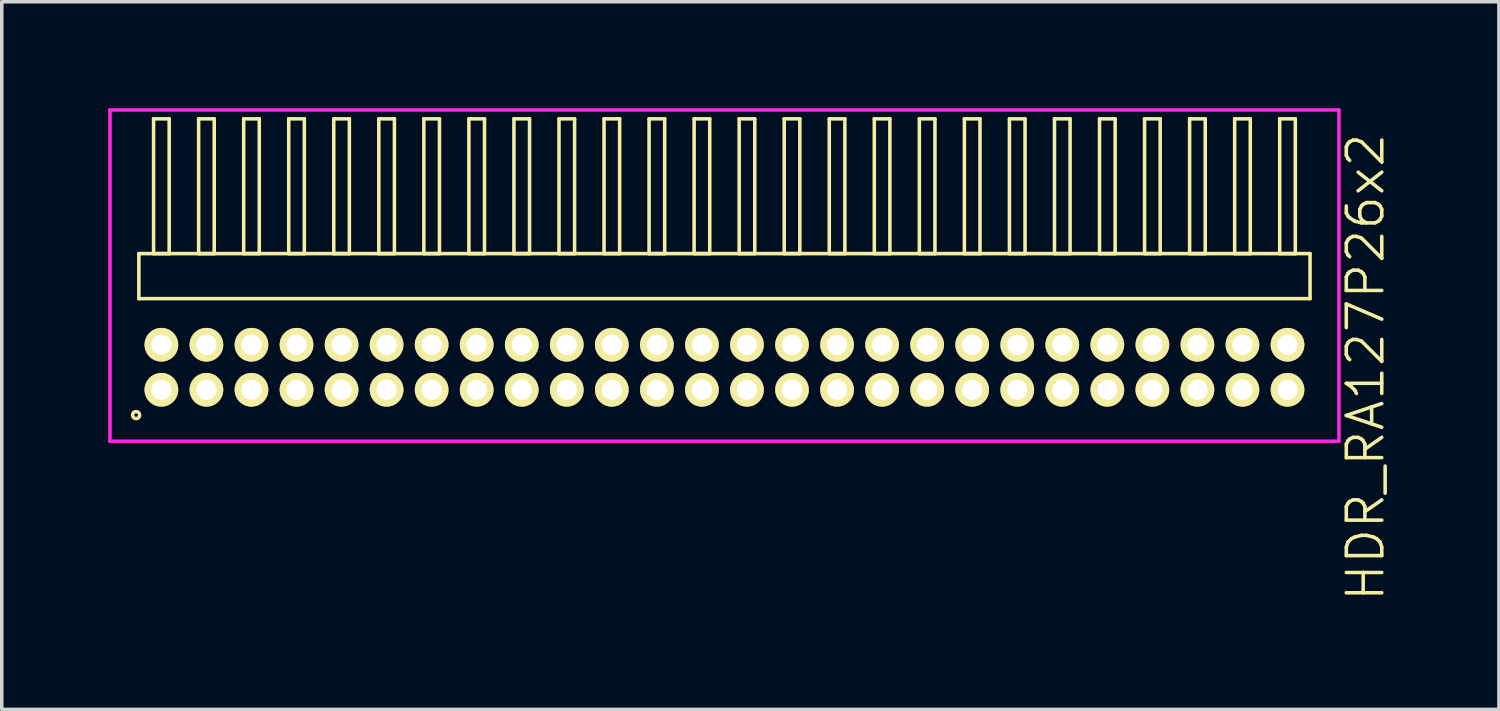
<source format=kicad_pcb>
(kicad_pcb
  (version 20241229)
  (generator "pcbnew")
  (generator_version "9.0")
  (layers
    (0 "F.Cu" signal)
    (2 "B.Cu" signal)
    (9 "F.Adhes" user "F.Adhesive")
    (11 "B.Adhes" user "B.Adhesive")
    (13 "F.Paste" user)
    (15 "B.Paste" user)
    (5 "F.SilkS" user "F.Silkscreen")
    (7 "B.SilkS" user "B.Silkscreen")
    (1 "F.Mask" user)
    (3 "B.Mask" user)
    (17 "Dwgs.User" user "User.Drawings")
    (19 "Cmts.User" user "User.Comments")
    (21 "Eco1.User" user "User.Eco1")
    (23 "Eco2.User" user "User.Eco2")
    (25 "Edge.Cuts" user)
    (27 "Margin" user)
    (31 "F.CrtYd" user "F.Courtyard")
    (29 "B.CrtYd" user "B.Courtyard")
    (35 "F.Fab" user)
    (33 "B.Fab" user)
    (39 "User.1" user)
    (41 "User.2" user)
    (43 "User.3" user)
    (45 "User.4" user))
  (footprint "HDR_RA127P26x2"
    (layer "F.Cu")
    (at 17.375 7.305)
    (property "Reference" "HDR_RA127P26x2" (at 18.075 0 90) (layer "F.SilkS") (effects (font (size 1 1) (thickness 0.1))))
    (attr through_hole)
    (fp_line (start -16.51 -3.205) (end -16.51 -1.935) (stroke (width 0.1) (type solid)) (layer "F.SilkS"))
    (fp_line (start -16.51 -1.935) (end 16.51 -1.935) (stroke (width 0.1) (type solid)) (layer "F.SilkS"))
    (fp_line (start -16.095 -7.005) (end -16.095 -3.205) (stroke (width 0.1) (type solid)) (layer "F.SilkS"))
    (fp_line (start -16.095 -3.205) (end -15.655 -3.205) (stroke (width 0.1) (type solid)) (layer "F.SilkS"))
    (fp_line (start -15.655 -7.005) (end -16.095 -7.005) (stroke (width 0.1) (type solid)) (layer "F.SilkS"))
    (fp_line (start -15.655 -3.205) (end -15.655 -7.005) (stroke (width 0.1) (type solid)) (layer "F.SilkS"))
    (fp_line (start -14.825 -7.005) (end -14.825 -3.205) (stroke (width 0.1) (type solid)) (layer "F.SilkS"))
    (fp_line (start -14.825 -3.205) (end -14.385 -3.205) (stroke (width 0.1) (type solid)) (layer "F.SilkS"))
    (fp_line (start -14.385 -7.005) (end -14.825 -7.005) (stroke (width 0.1) (type solid)) (layer "F.SilkS"))
    (fp_line (start -14.385 -3.205) (end -14.385 -7.005) (stroke (width 0.1) (type solid)) (layer "F.SilkS"))
    (fp_line (start -13.555 -7.005) (end -13.555 -3.205) (stroke (width 0.1) (type solid)) (layer "F.SilkS"))
    (fp_line (start -13.555 -3.205) (end -13.115 -3.205) (stroke (width 0.1) (type solid)) (layer "F.SilkS"))
    (fp_line (start -13.115 -7.005) (end -13.555 -7.005) (stroke (width 0.1) (type solid)) (layer "F.SilkS"))
    (fp_line (start -13.115 -3.205) (end -13.115 -7.005) (stroke (width 0.1) (type solid)) (layer "F.SilkS"))
    (fp_line (start -12.285 -7.005) (end -12.285 -3.205) (stroke (width 0.1) (type solid)) (layer "F.SilkS"))
    (fp_line (start -12.285 -3.205) (end -11.845 -3.205) (stroke (width 0.1) (type solid)) (layer "F.SilkS"))
    (fp_line (start -11.845 -7.005) (end -12.285 -7.005) (stroke (width 0.1) (type solid)) (layer "F.SilkS"))
    (fp_line (start -11.845 -3.205) (end -11.845 -7.005) (stroke (width 0.1) (type solid)) (layer "F.SilkS"))
    (fp_line (start -11.015 -7.005) (end -11.015 -3.205) (stroke (width 0.1) (type solid)) (layer "F.SilkS"))
    (fp_line (start -11.015 -3.205) (end -10.575 -3.205) (stroke (width 0.1) (type solid)) (layer "F.SilkS"))
    (fp_line (start -10.575 -7.005) (end -11.015 -7.005) (stroke (width 0.1) (type solid)) (layer "F.SilkS"))
    (fp_line (start -10.575 -3.205) (end -10.575 -7.005) (stroke (width 0.1) (type solid)) (layer "F.SilkS"))
    (fp_line (start -9.745 -7.005) (end -9.745 -3.205) (stroke (width 0.1) (type solid)) (layer "F.SilkS"))
    (fp_line (start -9.745 -3.205) (end -9.305 -3.205) (stroke (width 0.1) (type solid)) (layer "F.SilkS"))
    (fp_line (start -9.305 -7.005) (end -9.745 -7.005) (stroke (width 0.1) (type solid)) (layer "F.SilkS"))
    (fp_line (start -9.305 -3.205) (end -9.305 -7.005) (stroke (width 0.1) (type solid)) (layer "F.SilkS"))
    (fp_line (start -8.475 -7.005) (end -8.475 -3.205) (stroke (width 0.1) (type solid)) (layer "F.SilkS"))
    (fp_line (start -8.475 -3.205) (end -8.035 -3.205) (stroke (width 0.1) (type solid)) (layer "F.SilkS"))
    (fp_line (start -8.035 -7.005) (end -8.475 -7.005) (stroke (width 0.1) (type solid)) (layer "F.SilkS"))
    (fp_line (start -8.035 -3.205) (end -8.035 -7.005) (stroke (width 0.1) (type solid)) (layer "F.SilkS"))
    (fp_line (start -7.205 -7.005) (end -7.205 -3.205) (stroke (width 0.1) (type solid)) (layer "F.SilkS"))
    (fp_line (start -7.205 -3.205) (end -6.765 -3.205) (stroke (width 0.1) (type solid)) (layer "F.SilkS"))
    (fp_line (start -6.765 -7.005) (end -7.205 -7.005) (stroke (width 0.1) (type solid)) (layer "F.SilkS"))
    (fp_line (start -6.765 -3.205) (end -6.765 -7.005) (stroke (width 0.1) (type solid)) (layer "F.SilkS"))
    (fp_line (start -5.935 -7.005) (end -5.935 -3.205) (stroke (width 0.1) (type solid)) (layer "F.SilkS"))
    (fp_line (start -5.935 -3.205) (end -5.495 -3.205) (stroke (width 0.1) (type solid)) (layer "F.SilkS"))
    (fp_line (start -5.495 -7.005) (end -5.935 -7.005) (stroke (width 0.1) (type solid)) (layer "F.SilkS"))
    (fp_line (start -5.495 -3.205) (end -5.495 -7.005) (stroke (width 0.1) (type solid)) (layer "F.SilkS"))
    (fp_line (start -4.665 -7.005) (end -4.665 -3.205) (stroke (width 0.1) (type solid)) (layer "F.SilkS"))
    (fp_line (start -4.665 -3.205) (end -4.225 -3.205) (stroke (width 0.1) (type solid)) (layer "F.SilkS"))
    (fp_line (start -4.225 -7.005) (end -4.665 -7.005) (stroke (width 0.1) (type solid)) (layer "F.SilkS"))
    (fp_line (start -4.225 -3.205) (end -4.225 -7.005) (stroke (width 0.1) (type solid)) (layer "F.SilkS"))
    (fp_line (start -3.395 -7.005) (end -3.395 -3.205) (stroke (width 0.1) (type solid)) (layer "F.SilkS"))
    (fp_line (start -3.395 -3.205) (end -2.955 -3.205) (stroke (width 0.1) (type solid)) (layer "F.SilkS"))
    (fp_line (start -2.955 -7.005) (end -3.395 -7.005) (stroke (width 0.1) (type solid)) (layer "F.SilkS"))
    (fp_line (start -2.955 -3.205) (end -2.955 -7.005) (stroke (width 0.1) (type solid)) (layer "F.SilkS"))
    (fp_line (start -2.125 -7.005) (end -2.125 -3.205) (stroke (width 0.1) (type solid)) (layer "F.SilkS"))
    (fp_line (start -2.125 -3.205) (end -1.685 -3.205) (stroke (width 0.1) (type solid)) (layer "F.SilkS"))
    (fp_line (start -1.685 -7.005) (end -2.125 -7.005) (stroke (width 0.1) (type solid)) (layer "F.SilkS"))
    (fp_line (start -1.685 -3.205) (end -1.685 -7.005) (stroke (width 0.1) (type solid)) (layer "F.SilkS"))
    (fp_line (start -0.855 -7.005) (end -0.855 -3.205) (stroke (width 0.1) (type solid)) (layer "F.SilkS"))
    (fp_line (start -0.855 -3.205) (end -0.415 -3.205) (stroke (width 0.1) (type solid)) (layer "F.SilkS"))
    (fp_line (start -0.415 -7.005) (end -0.855 -7.005) (stroke (width 0.1) (type solid)) (layer "F.SilkS"))
    (fp_line (start -0.415 -3.205) (end -0.415 -7.005) (stroke (width 0.1) (type solid)) (layer "F.SilkS"))
    (fp_line (start 0.415 -7.005) (end 0.415 -3.205) (stroke (width 0.1) (type solid)) (layer "F.SilkS"))
    (fp_line (start 0.415 -3.205) (end 0.855 -3.205) (stroke (width 0.1) (type solid)) (layer "F.SilkS"))
    (fp_line (start 0.855 -7.005) (end 0.415 -7.005) (stroke (width 0.1) (type solid)) (layer "F.SilkS"))
    (fp_line (start 0.855 -3.205) (end 0.855 -7.005) (stroke (width 0.1) (type solid)) (layer "F.SilkS"))
    (fp_line (start 1.685 -7.005) (end 1.685 -3.205) (stroke (width 0.1) (type solid)) (layer "F.SilkS"))
    (fp_line (start 1.685 -3.205) (end 2.125 -3.205) (stroke (width 0.1) (type solid)) (layer "F.SilkS"))
    (fp_line (start 2.125 -7.005) (end 1.685 -7.005) (stroke (width 0.1) (type solid)) (layer "F.SilkS"))
    (fp_line (start 2.125 -3.205) (end 2.125 -7.005) (stroke (width 0.1) (type solid)) (layer "F.SilkS"))
    (fp_line (start 2.955 -7.005) (end 2.955 -3.205) (stroke (width 0.1) (type solid)) (layer "F.SilkS"))
    (fp_line (start 2.955 -3.205) (end 3.395 -3.205) (stroke (width 0.1) (type solid)) (layer "F.SilkS"))
    (fp_line (start 3.395 -7.005) (end 2.955 -7.005) (stroke (width 0.1) (type solid)) (layer "F.SilkS"))
    (fp_line (start 3.395 -3.205) (end 3.395 -7.005) (stroke (width 0.1) (type solid)) (layer "F.SilkS"))
    (fp_line (start 4.225 -7.005) (end 4.225 -3.205) (stroke (width 0.1) (type solid)) (layer "F.SilkS"))
    (fp_line (start 4.225 -3.205) (end 4.665 -3.205) (stroke (width 0.1) (type solid)) (layer "F.SilkS"))
    (fp_line (start 4.665 -7.005) (end 4.225 -7.005) (stroke (width 0.1) (type solid)) (layer "F.SilkS"))
    (fp_line (start 4.665 -3.205) (end 4.665 -7.005) (stroke (width 0.1) (type solid)) (layer "F.SilkS"))
    (fp_line (start 5.495 -7.005) (end 5.495 -3.205) (stroke (width 0.1) (type solid)) (layer "F.SilkS"))
    (fp_line (start 5.495 -3.205) (end 5.935 -3.205) (stroke (width 0.1) (type solid)) (layer "F.SilkS"))
    (fp_line (start 5.935 -7.005) (end 5.495 -7.005) (stroke (width 0.1) (type solid)) (layer "F.SilkS"))
    (fp_line (start 5.935 -3.205) (end 5.935 -7.005) (stroke (width 0.1) (type solid)) (layer "F.SilkS"))
    (fp_line (start 6.765 -7.005) (end 6.765 -3.205) (stroke (width 0.1) (type solid)) (layer "F.SilkS"))
    (fp_line (start 6.765 -3.205) (end 7.205 -3.205) (stroke (width 0.1) (type solid)) (layer "F.SilkS"))
    (fp_line (start 7.205 -7.005) (end 6.765 -7.005) (stroke (width 0.1) (type solid)) (layer "F.SilkS"))
    (fp_line (start 7.205 -3.205) (end 7.205 -7.005) (stroke (width 0.1) (type solid)) (layer "F.SilkS"))
    (fp_line (start 8.035 -7.005) (end 8.035 -3.205) (stroke (width 0.1) (type solid)) (layer "F.SilkS"))
    (fp_line (start 8.035 -3.205) (end 8.475 -3.205) (stroke (width 0.1) (type solid)) (layer "F.SilkS"))
    (fp_line (start 8.475 -7.005) (end 8.035 -7.005) (stroke (width 0.1) (type solid)) (layer "F.SilkS"))
    (fp_line (start 8.475 -3.205) (end 8.475 -7.005) (stroke (width 0.1) (type solid)) (layer "F.SilkS"))
    (fp_line (start 9.305 -7.005) (end 9.305 -3.205) (stroke (width 0.1) (type solid)) (layer "F.SilkS"))
    (fp_line (start 9.305 -3.205) (end 9.745 -3.205) (stroke (width 0.1) (type solid)) (layer "F.SilkS"))
    (fp_line (start 9.745 -7.005) (end 9.305 -7.005) (stroke (width 0.1) (type solid)) (layer "F.SilkS"))
    (fp_line (start 9.745 -3.205) (end 9.745 -7.005) (stroke (width 0.1) (type solid)) (layer "F.SilkS"))
    (fp_line (start 10.575 -7.005) (end 10.575 -3.205) (stroke (width 0.1) (type solid)) (layer "F.SilkS"))
    (fp_line (start 10.575 -3.205) (end 11.015 -3.205) (stroke (width 0.1) (type solid)) (layer "F.SilkS"))
    (fp_line (start 11.015 -7.005) (end 10.575 -7.005) (stroke (width 0.1) (type solid)) (layer "F.SilkS"))
    (fp_line (start 11.015 -3.205) (end 11.015 -7.005) (stroke (width 0.1) (type solid)) (layer "F.SilkS"))
    (fp_line (start 11.845 -7.005) (end 11.845 -3.205) (stroke (width 0.1) (type solid)) (layer "F.SilkS"))
    (fp_line (start 11.845 -3.205) (end 12.285 -3.205) (stroke (width 0.1) (type solid)) (layer "F.SilkS"))
    (fp_line (start 12.285 -7.005) (end 11.845 -7.005) (stroke (width 0.1) (type solid)) (layer "F.SilkS"))
    (fp_line (start 12.285 -3.205) (end 12.285 -7.005) (stroke (width 0.1) (type solid)) (layer "F.SilkS"))
    (fp_line (start 13.115 -7.005) (end 13.115 -3.205) (stroke (width 0.1) (type solid)) (layer "F.SilkS"))
    (fp_line (start 13.115 -3.205) (end 13.555 -3.205) (stroke (width 0.1) (type solid)) (layer "F.SilkS"))
    (fp_line (start 13.555 -7.005) (end 13.115 -7.005) (stroke (width 0.1) (type solid)) (layer "F.SilkS"))
    (fp_line (start 13.555 -3.205) (end 13.555 -7.005) (stroke (width 0.1) (type solid)) (layer "F.SilkS"))
    (fp_line (start 14.385 -7.005) (end 14.385 -3.205) (stroke (width 0.1) (type solid)) (layer "F.SilkS"))
    (fp_line (start 14.385 -3.205) (end 14.825 -3.205) (stroke (width 0.1) (type solid)) (layer "F.SilkS"))
    (fp_line (start 14.825 -7.005) (end 14.385 -7.005) (stroke (width 0.1) (type solid)) (layer "F.SilkS"))
    (fp_line (start 14.825 -3.205) (end 14.825 -7.005) (stroke (width 0.1) (type solid)) (layer "F.SilkS"))
    (fp_line (start 15.655 -7.005) (end 15.655 -3.205) (stroke (width 0.1) (type solid)) (layer "F.SilkS"))
    (fp_line (start 15.655 -3.205) (end 16.095 -3.205) (stroke (width 0.1) (type solid)) (layer "F.SilkS"))
    (fp_line (start 16.095 -7.005) (end 15.655 -7.005) (stroke (width 0.1) (type solid)) (layer "F.SilkS"))
    (fp_line (start 16.095 -3.205) (end 16.095 -7.005) (stroke (width 0.1) (type solid)) (layer "F.SilkS"))
    (fp_line (start 16.51 -3.205) (end -16.51 -3.205) (stroke (width 0.1) (type solid)) (layer "F.SilkS"))
    (fp_line (start 16.51 -1.935) (end 16.51 -3.205) (stroke (width 0.1) (type solid)) (layer "F.SilkS"))
    (fp_circle (center -16.588 1.348) (end -16.488 1.348) (stroke (width 0.1) (type solid)) (fill no) (layer "F.SilkS"))
    (fp_line (start -17.325 -7.255) (end -17.325 2.085) (stroke (width 0.1) (type solid)) (layer "F.CrtYd"))
    (fp_line (start -17.325 2.085) (end 17.325 2.085) (stroke (width 0.1) (type solid)) (layer "F.CrtYd"))
    (fp_line (start 17.325 -7.255) (end -17.325 -7.255) (stroke (width 0.1) (type solid)) (layer "F.CrtYd"))
    (fp_line (start 17.325 2.085) (end 17.325 -7.255) (stroke (width 0.1) (type solid)) (layer "F.CrtYd"))
    (pad "1" thru_hole oval (at -15.875 0.635) (size 0.95 0.95) (drill 0.57) (layers "*.Cu" "*.Mask" "F.SilkS"))
    (pad "2" thru_hole oval (at -15.875 -0.635) (size 0.95 0.95) (drill 0.57) (layers "*.Cu" "*.Mask" "F.SilkS"))
    (pad "3" thru_hole oval (at -14.605 0.635) (size 0.95 0.95) (drill 0.57) (layers "*.Cu" "*.Mask" "F.SilkS"))
    (pad "4" thru_hole oval (at -14.605 -0.635) (size 0.95 0.95) (drill 0.57) (layers "*.Cu" "*.Mask" "F.SilkS"))
    (pad "5" thru_hole oval (at -13.335 0.635) (size 0.95 0.95) (drill 0.57) (layers "*.Cu" "*.Mask" "F.SilkS"))
    (pad "6" thru_hole oval (at -13.335 -0.635) (size 0.95 0.95) (drill 0.57) (layers "*.Cu" "*.Mask" "F.SilkS"))
    (pad "7" thru_hole oval (at -12.065 0.635) (size 0.95 0.95) (drill 0.57) (layers "*.Cu" "*.Mask" "F.SilkS"))
    (pad "8" thru_hole oval (at -12.065 -0.635) (size 0.95 0.95) (drill 0.57) (layers "*.Cu" "*.Mask" "F.SilkS"))
    (pad "9" thru_hole oval (at -10.795 0.635) (size 0.95 0.95) (drill 0.57) (layers "*.Cu" "*.Mask" "F.SilkS"))
    (pad "10" thru_hole oval (at -10.795 -0.635) (size 0.95 0.95) (drill 0.57) (layers "*.Cu" "*.Mask" "F.SilkS"))
    (pad "11" thru_hole oval (at -9.525 0.635) (size 0.95 0.95) (drill 0.57) (layers "*.Cu" "*.Mask" "F.SilkS"))
    (pad "12" thru_hole oval (at -9.525 -0.635) (size 0.95 0.95) (drill 0.57) (layers "*.Cu" "*.Mask" "F.SilkS"))
    (pad "13" thru_hole oval (at -8.255 0.635) (size 0.95 0.95) (drill 0.57) (layers "*.Cu" "*.Mask" "F.SilkS"))
    (pad "14" thru_hole oval (at -8.255 -0.635) (size 0.95 0.95) (drill 0.57) (layers "*.Cu" "*.Mask" "F.SilkS"))
    (pad "15" thru_hole oval (at -6.985 0.635) (size 0.95 0.95) (drill 0.57) (layers "*.Cu" "*.Mask" "F.SilkS"))
    (pad "16" thru_hole oval (at -6.985 -0.635) (size 0.95 0.95) (drill 0.57) (layers "*.Cu" "*.Mask" "F.SilkS"))
    (pad "17" thru_hole oval (at -5.715 0.635) (size 0.95 0.95) (drill 0.57) (layers "*.Cu" "*.Mask" "F.SilkS"))
    (pad "18" thru_hole oval (at -5.715 -0.635) (size 0.95 0.95) (drill 0.57) (layers "*.Cu" "*.Mask" "F.SilkS"))
    (pad "19" thru_hole oval (at -4.445 0.635) (size 0.95 0.95) (drill 0.57) (layers "*.Cu" "*.Mask" "F.SilkS"))
    (pad "20" thru_hole oval (at -4.445 -0.635) (size 0.95 0.95) (drill 0.57) (layers "*.Cu" "*.Mask" "F.SilkS"))
    (pad "21" thru_hole oval (at -3.175 0.635) (size 0.95 0.95) (drill 0.57) (layers "*.Cu" "*.Mask" "F.SilkS"))
    (pad "22" thru_hole oval (at -3.175 -0.635) (size 0.95 0.95) (drill 0.57) (layers "*.Cu" "*.Mask" "F.SilkS"))
    (pad "23" thru_hole oval (at -1.905 0.635) (size 0.95 0.95) (drill 0.57) (layers "*.Cu" "*.Mask" "F.SilkS"))
    (pad "24" thru_hole oval (at -1.905 -0.635) (size 0.95 0.95) (drill 0.57) (layers "*.Cu" "*.Mask" "F.SilkS"))
    (pad "25" thru_hole oval (at -0.635 0.635) (size 0.95 0.95) (drill 0.57) (layers "*.Cu" "*.Mask" "F.SilkS"))
    (pad "26" thru_hole oval (at -0.635 -0.635) (size 0.95 0.95) (drill 0.57) (layers "*.Cu" "*.Mask" "F.SilkS"))
    (pad "27" thru_hole oval (at 0.635 0.635) (size 0.95 0.95) (drill 0.57) (layers "*.Cu" "*.Mask" "F.SilkS"))
    (pad "28" thru_hole oval (at 0.635 -0.635) (size 0.95 0.95) (drill 0.57) (layers "*.Cu" "*.Mask" "F.SilkS"))
    (pad "29" thru_hole oval (at 1.905 0.635) (size 0.95 0.95) (drill 0.57) (layers "*.Cu" "*.Mask" "F.SilkS"))
    (pad "30" thru_hole oval (at 1.905 -0.635) (size 0.95 0.95) (drill 0.57) (layers "*.Cu" "*.Mask" "F.SilkS"))
    (pad "31" thru_hole oval (at 3.175 0.635) (size 0.95 0.95) (drill 0.57) (layers "*.Cu" "*.Mask" "F.SilkS"))
    (pad "32" thru_hole oval (at 3.175 -0.635) (size 0.95 0.95) (drill 0.57) (layers "*.Cu" "*.Mask" "F.SilkS"))
    (pad "33" thru_hole oval (at 4.445 0.635) (size 0.95 0.95) (drill 0.57) (layers "*.Cu" "*.Mask" "F.SilkS"))
    (pad "34" thru_hole oval (at 4.445 -0.635) (size 0.95 0.95) (drill 0.57) (layers "*.Cu" "*.Mask" "F.SilkS"))
    (pad "35" thru_hole oval (at 5.715 0.635) (size 0.95 0.95) (drill 0.57) (layers "*.Cu" "*.Mask" "F.SilkS"))
    (pad "36" thru_hole oval (at 5.715 -0.635) (size 0.95 0.95) (drill 0.57) (layers "*.Cu" "*.Mask" "F.SilkS"))
    (pad "37" thru_hole oval (at 6.985 0.635) (size 0.95 0.95) (drill 0.57) (layers "*.Cu" "*.Mask" "F.SilkS"))
    (pad "38" thru_hole oval (at 6.985 -0.635) (size 0.95 0.95) (drill 0.57) (layers "*.Cu" "*.Mask" "F.SilkS"))
    (pad "39" thru_hole oval (at 8.255 0.635) (size 0.95 0.95) (drill 0.57) (layers "*.Cu" "*.Mask" "F.SilkS"))
    (pad "40" thru_hole oval (at 8.255 -0.635) (size 0.95 0.95) (drill 0.57) (layers "*.Cu" "*.Mask" "F.SilkS"))
    (pad "41" thru_hole oval (at 9.525 0.635) (size 0.95 0.95) (drill 0.57) (layers "*.Cu" "*.Mask" "F.SilkS"))
    (pad "42" thru_hole oval (at 9.525 -0.635) (size 0.95 0.95) (drill 0.57) (layers "*.Cu" "*.Mask" "F.SilkS"))
    (pad "43" thru_hole oval (at 10.795 0.635) (size 0.95 0.95) (drill 0.57) (layers "*.Cu" "*.Mask" "F.SilkS"))
    (pad "44" thru_hole oval (at 10.795 -0.635) (size 0.95 0.95) (drill 0.57) (layers "*.Cu" "*.Mask" "F.SilkS"))
    (pad "45" thru_hole oval (at 12.065 0.635) (size 0.95 0.95) (drill 0.57) (layers "*.Cu" "*.Mask" "F.SilkS"))
    (pad "46" thru_hole oval (at 12.065 -0.635) (size 0.95 0.95) (drill 0.57) (layers "*.Cu" "*.Mask" "F.SilkS"))
    (pad "47" thru_hole oval (at 13.335 0.635) (size 0.95 0.95) (drill 0.57) (layers "*.Cu" "*.Mask" "F.SilkS"))
    (pad "48" thru_hole oval (at 13.335 -0.635) (size 0.95 0.95) (drill 0.57) (layers "*.Cu" "*.Mask" "F.SilkS"))
    (pad "49" thru_hole oval (at 14.605 0.635) (size 0.95 0.95) (drill 0.57) (layers "*.Cu" "*.Mask" "F.SilkS"))
    (pad "50" thru_hole oval (at 14.605 -0.635) (size 0.95 0.95) (drill 0.57) (layers "*.Cu" "*.Mask" "F.SilkS"))
    (pad "51" thru_hole oval (at 15.875 0.635) (size 0.95 0.95) (drill 0.57) (layers "*.Cu" "*.Mask" "F.SilkS"))
    (pad "52" thru_hole oval (at 15.875 -0.635) (size 0.95 0.95) (drill 0.57) (layers "*.Cu" "*.Mask" "F.SilkS")))
  (gr_rect
    (start -3 -3)
    (end 39.211 16.95)
    (stroke (width 0.1) (type default))
    (fill no)
    (layer "Edge.Cuts")))
</source>
